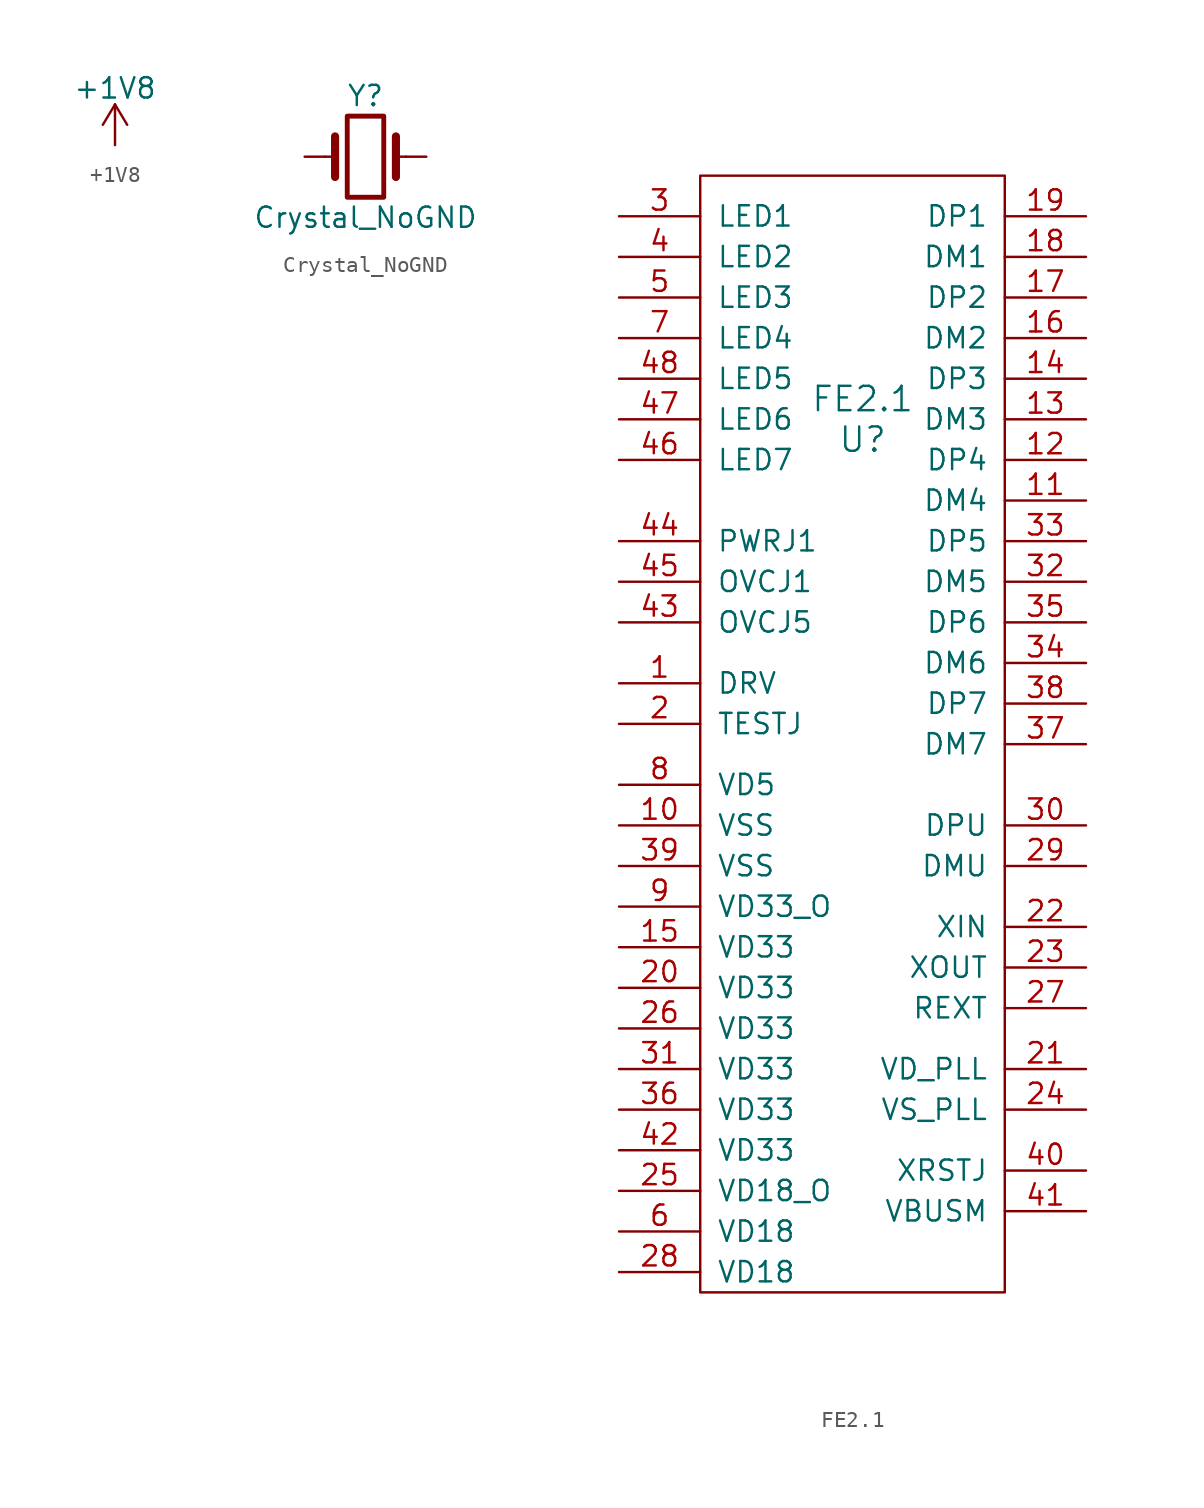
<source format=kicad_sym>
(kicad_symbol_lib
  (version 20211014)
  (generator kicad_symbol_editor)
  (symbol "+1V8"
    (power)
    (pin_names
      (offset 0))
    (property "Reference" "#PWR"
      (at 0 -3.81 0)
      (effects (font (size 1.27 1.27)) hide))
    (property "Value" "+1V8"
      (at 0 3.556 0)
      (effects (font (size 1.27 1.27))))
    (symbol "+1V8_0_1"
      (polyline (pts (xy -0.762 1.27) (xy 0 2.54)) (stroke (width 0) (type default) (color 0 0 0 0)) (fill (type none)))
      (polyline (pts (xy 0 0) (xy 0 2.54)) (stroke (width 0) (type default) (color 0 0 0 0)) (fill (type none)))
      (polyline (pts (xy 0 2.54) (xy 0.762 1.27)) (stroke (width 0) (type default) (color 0 0 0 0)) (fill (type none))))
    (symbol "+1V8_1_1"
      (pin power_in line (at 0 0 90) (length 0) hide (name "+1V8" (effects (font (size 1.27 1.27)))) (number "1" (effects (font (size 1.27 1.27)))))))
  (symbol "Crystal_NoGND"
    (pin_numbers hide)
    (pin_names
      (offset 1.016) hide)
    (property "Reference" "Y"
      (at 0 3.81 0)
      (effects (font (size 1.27 1.27))))
    (property "Value" "Crystal_NoGND"
      (at 0 -3.81 0)
      (effects (font (size 1.27 1.27))))
    (symbol "Crystal_NoGND_0_1"
      (rectangle (start -1.143 2.54) (end 1.143 -2.54) (stroke (width 0.305) (type default) (color 0 0 0 0)) (fill (type none)))
      (polyline (pts (xy -2.54 0) (xy -1.905 0)) (stroke (width 0) (type default) (color 0 0 0 0)) (fill (type none)))
      (polyline (pts (xy -1.905 -1.27) (xy -1.905 1.27)) (stroke (width 0.508) (type default) (color 0 0 0 0)) (fill (type none)))
      (polyline (pts (xy 1.905 -1.27) (xy 1.905 1.27)) (stroke (width 0.508) (type default) (color 0 0 0 0)) (fill (type none)))
      (polyline (pts (xy 2.54 0) (xy 1.905 0)) (stroke (width 0) (type default) (color 0 0 0 0)) (fill (type none))))
    (symbol "Crystal_NoGND_1_1"
      (pin passive line (at -3.81 0 0) (length 1.27) (name "1" (effects (font (size 1.27 1.27)))) (number "1" (effects (font (size 1.27 1.27)))))
      (pin passive line (at 3.81 0 180) (length 1.27) (name "2" (effects (font (size 1.27 1.27)))) (number "2" (effects (font (size 1.27 1.27)))))))
  (symbol "FE2.1"
    (pin_names
      (offset 1.016))
    (property "Reference" "U"
      (at 3.81 2.54 0)
      (effects (font (size 1.524 1.524))))
    (property "Value" "FE2.1"
      (at 3.81 5.08 0)
      (effects (font (size 1.524 1.524))))
    (symbol "FE2.1_0_1"
      (rectangle (start -6.35 19.05) (end 12.7 -50.8) (stroke (width 0) (type default) (color 0 0 0 0)) (fill (type none))))
    (symbol "FE2.1_1_1"
      (pin input line (at -11.43 -12.7 0) (length 5.08) (name "DRV" (effects (font (size 1.27 1.27)))) (number "1" (effects (font (size 1.27 1.27)))))
      (pin input line (at -11.43 -21.59 0) (length 5.08) (name "VSS" (effects (font (size 1.27 1.27)))) (number "10" (effects (font (size 1.27 1.27)))))
      (pin input line (at 17.78 -1.27 180) (length 5.08) (name "DM4" (effects (font (size 1.27 1.27)))) (number "11" (effects (font (size 1.27 1.27)))))
      (pin input line (at 17.78 1.27 180) (length 5.08) (name "DP4" (effects (font (size 1.27 1.27)))) (number "12" (effects (font (size 1.27 1.27)))))
      (pin input line (at 17.78 3.81 180) (length 5.08) (name "DM3" (effects (font (size 1.27 1.27)))) (number "13" (effects (font (size 1.27 1.27)))))
      (pin input line (at 17.78 6.35 180) (length 5.08) (name "DP3" (effects (font (size 1.27 1.27)))) (number "14" (effects (font (size 1.27 1.27)))))
      (pin input line (at -11.43 -29.21 0) (length 5.08) (name "VD33" (effects (font (size 1.27 1.27)))) (number "15" (effects (font (size 1.27 1.27)))))
      (pin input line (at 17.78 8.89 180) (length 5.08) (name "DM2" (effects (font (size 1.27 1.27)))) (number "16" (effects (font (size 1.27 1.27)))))
      (pin input line (at 17.78 11.43 180) (length 5.08) (name "DP2" (effects (font (size 1.27 1.27)))) (number "17" (effects (font (size 1.27 1.27)))))
      (pin input line (at 17.78 13.97 180) (length 5.08) (name "DM1" (effects (font (size 1.27 1.27)))) (number "18" (effects (font (size 1.27 1.27)))))
      (pin input line (at 17.78 16.51 180) (length 5.08) (name "DP1" (effects (font (size 1.27 1.27)))) (number "19" (effects (font (size 1.27 1.27)))))
      (pin input line (at -11.43 -15.24 0) (length 5.08) (name "TESTJ" (effects (font (size 1.27 1.27)))) (number "2" (effects (font (size 1.27 1.27)))))
      (pin input line (at -11.43 -31.75 0) (length 5.08) (name "VD33" (effects (font (size 1.27 1.27)))) (number "20" (effects (font (size 1.27 1.27)))))
      (pin input line (at 17.78 -36.83 180) (length 5.08) (name "VD_PLL" (effects (font (size 1.27 1.27)))) (number "21" (effects (font (size 1.27 1.27)))))
      (pin input line (at 17.78 -27.94 180) (length 5.08) (name "XIN" (effects (font (size 1.27 1.27)))) (number "22" (effects (font (size 1.27 1.27)))))
      (pin input line (at 17.78 -30.48 180) (length 5.08) (name "XOUT" (effects (font (size 1.27 1.27)))) (number "23" (effects (font (size 1.27 1.27)))))
      (pin input line (at 17.78 -39.37 180) (length 5.08) (name "VS_PLL" (effects (font (size 1.27 1.27)))) (number "24" (effects (font (size 1.27 1.27)))))
      (pin input line (at -11.43 -44.45 0) (length 5.08) (name "VD18_O" (effects (font (size 1.27 1.27)))) (number "25" (effects (font (size 1.27 1.27)))))
      (pin input line (at -11.43 -34.29 0) (length 5.08) (name "VD33" (effects (font (size 1.27 1.27)))) (number "26" (effects (font (size 1.27 1.27)))))
      (pin input line (at 17.78 -33.02 180) (length 5.08) (name "REXT" (effects (font (size 1.27 1.27)))) (number "27" (effects (font (size 1.27 1.27)))))
      (pin input line (at -11.43 -49.53 0) (length 5.08) (name "VD18" (effects (font (size 1.27 1.27)))) (number "28" (effects (font (size 1.27 1.27)))))
      (pin input line (at 17.78 -24.13 180) (length 5.08) (name "DMU" (effects (font (size 1.27 1.27)))) (number "29" (effects (font (size 1.27 1.27)))))
      (pin input line (at -11.43 16.51 0) (length 5.08) (name "LED1" (effects (font (size 1.27 1.27)))) (number "3" (effects (font (size 1.27 1.27)))))
      (pin input line (at 17.78 -21.59 180) (length 5.08) (name "DPU" (effects (font (size 1.27 1.27)))) (number "30" (effects (font (size 1.27 1.27)))))
      (pin input line (at -11.43 -36.83 0) (length 5.08) (name "VD33" (effects (font (size 1.27 1.27)))) (number "31" (effects (font (size 1.27 1.27)))))
      (pin input line (at 17.78 -6.35 180) (length 5.08) (name "DM5" (effects (font (size 1.27 1.27)))) (number "32" (effects (font (size 1.27 1.27)))))
      (pin input line (at 17.78 -3.81 180) (length 5.08) (name "DP5" (effects (font (size 1.27 1.27)))) (number "33" (effects (font (size 1.27 1.27)))))
      (pin input line (at 17.78 -11.43 180) (length 5.08) (name "DM6" (effects (font (size 1.27 1.27)))) (number "34" (effects (font (size 1.27 1.27)))))
      (pin input line (at 17.78 -8.89 180) (length 5.08) (name "DP6" (effects (font (size 1.27 1.27)))) (number "35" (effects (font (size 1.27 1.27)))))
      (pin input line (at -11.43 -39.37 0) (length 5.08) (name "VD33" (effects (font (size 1.27 1.27)))) (number "36" (effects (font (size 1.27 1.27)))))
      (pin input line (at 17.78 -16.51 180) (length 5.08) (name "DM7" (effects (font (size 1.27 1.27)))) (number "37" (effects (font (size 1.27 1.27)))))
      (pin input line (at 17.78 -13.97 180) (length 5.08) (name "DP7" (effects (font (size 1.27 1.27)))) (number "38" (effects (font (size 1.27 1.27)))))
      (pin input line (at -11.43 -24.13 0) (length 5.08) (name "VSS" (effects (font (size 1.27 1.27)))) (number "39" (effects (font (size 1.27 1.27)))))
      (pin input line (at -11.43 13.97 0) (length 5.08) (name "LED2" (effects (font (size 1.27 1.27)))) (number "4" (effects (font (size 1.27 1.27)))))
      (pin input line (at 17.78 -43.18 180) (length 5.08) (name "XRSTJ" (effects (font (size 1.27 1.27)))) (number "40" (effects (font (size 1.27 1.27)))))
      (pin input line (at 17.78 -45.72 180) (length 5.08) (name "VBUSM" (effects (font (size 1.27 1.27)))) (number "41" (effects (font (size 1.27 1.27)))))
      (pin input line (at -11.43 -41.91 0) (length 5.08) (name "VD33" (effects (font (size 1.27 1.27)))) (number "42" (effects (font (size 1.27 1.27)))))
      (pin input line (at -11.43 -8.89 0) (length 5.08) (name "OVCJ5" (effects (font (size 1.27 1.27)))) (number "43" (effects (font (size 1.27 1.27)))))
      (pin input line (at -11.43 -3.81 0) (length 5.08) (name "PWRJ1" (effects (font (size 1.27 1.27)))) (number "44" (effects (font (size 1.27 1.27)))))
      (pin input line (at -11.43 -6.35 0) (length 5.08) (name "OVCJ1" (effects (font (size 1.27 1.27)))) (number "45" (effects (font (size 1.27 1.27)))))
      (pin input line (at -11.43 1.27 0) (length 5.08) (name "LED7" (effects (font (size 1.27 1.27)))) (number "46" (effects (font (size 1.27 1.27)))))
      (pin input line (at -11.43 3.81 0) (length 5.08) (name "LED6" (effects (font (size 1.27 1.27)))) (number "47" (effects (font (size 1.27 1.27)))))
      (pin input line (at -11.43 6.35 0) (length 5.08) (name "LED5" (effects (font (size 1.27 1.27)))) (number "48" (effects (font (size 1.27 1.27)))))
      (pin input line (at -11.43 11.43 0) (length 5.08) (name "LED3" (effects (font (size 1.27 1.27)))) (number "5" (effects (font (size 1.27 1.27)))))
      (pin input line (at -11.43 -46.99 0) (length 5.08) (name "VD18" (effects (font (size 1.27 1.27)))) (number "6" (effects (font (size 1.27 1.27)))))
      (pin input line (at -11.43 8.89 0) (length 5.08) (name "LED4" (effects (font (size 1.27 1.27)))) (number "7" (effects (font (size 1.27 1.27)))))
      (pin input line (at -11.43 -19.05 0) (length 5.08) (name "VD5" (effects (font (size 1.27 1.27)))) (number "8" (effects (font (size 1.27 1.27)))))
      (pin input line (at -11.43 -26.67 0) (length 5.08) (name "VD33_O" (effects (font (size 1.27 1.27)))) (number "9" (effects (font (size 1.27 1.27))))))))
</source>
